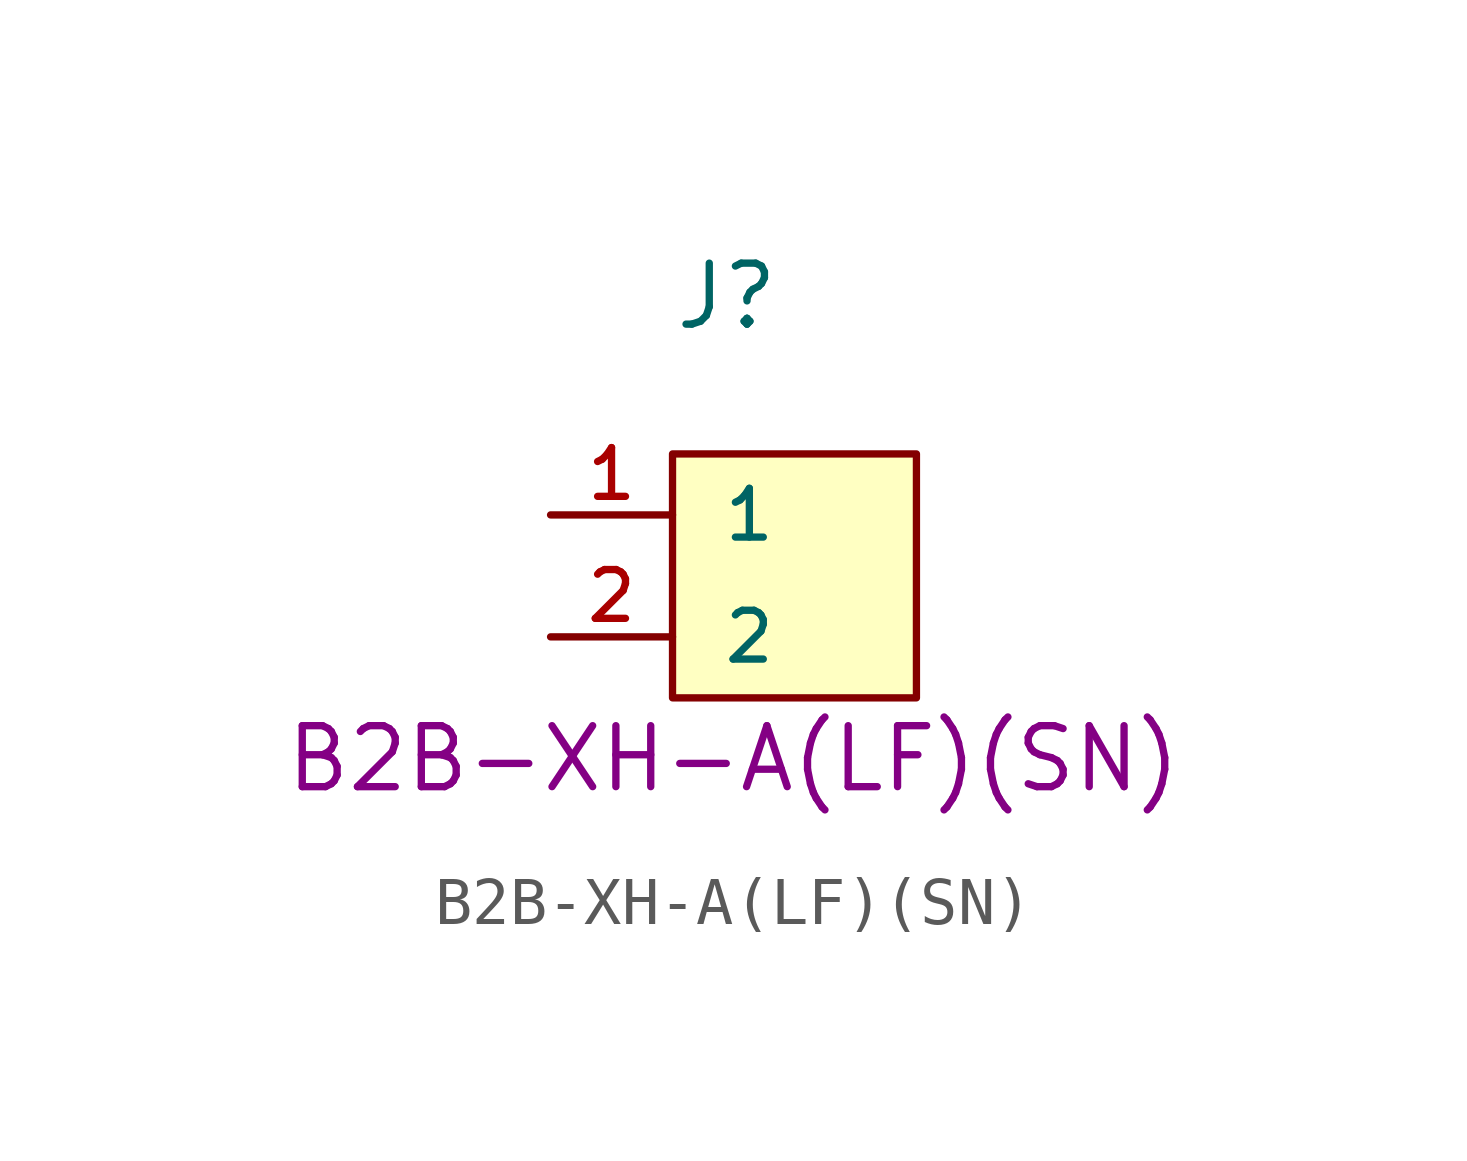
<source format=kicad_sym>
(kicad_symbol_lib
  (version 20241209)
  (generator "kicad_symbol_editor")
  (generator_version "9.0")
  (symbol "B2B-XH-A(LF)(SN)"
    (pin_names
      (offset 1.016))
    (property "Reference" "J"
      (at 0 6.35 0)
      (effects (font (size 1.27 1.27)) (justify left bottom)))
    (property "PartNumber" "B2B-XH-A(LF)(SN)"
      (at 1.27 -2.54 0)
      (effects (font (size 1.27 1.27))))
    (symbol "B2B-XH-A(LF)(SN)_1_0"
      (pin passive line (at -2.54 2.54 0) (length 2.54) (name "1" (effects (font (size 1.016 1.016)))) (number "1" (effects (font (size 1.016 1.016)))))
      (pin passive line (at -2.54 0 0) (length 2.54) (name "2" (effects (font (size 1.016 1.016)))) (number "2" (effects (font (size 1.016 1.016))))))
    (symbol "B2B-XH-A(LF)(SN)_1_1"
      (rectangle (start 0 3.81) (end 5.08 -1.27) (stroke (width 0) (type default)) (fill (type background))))))
</source>
